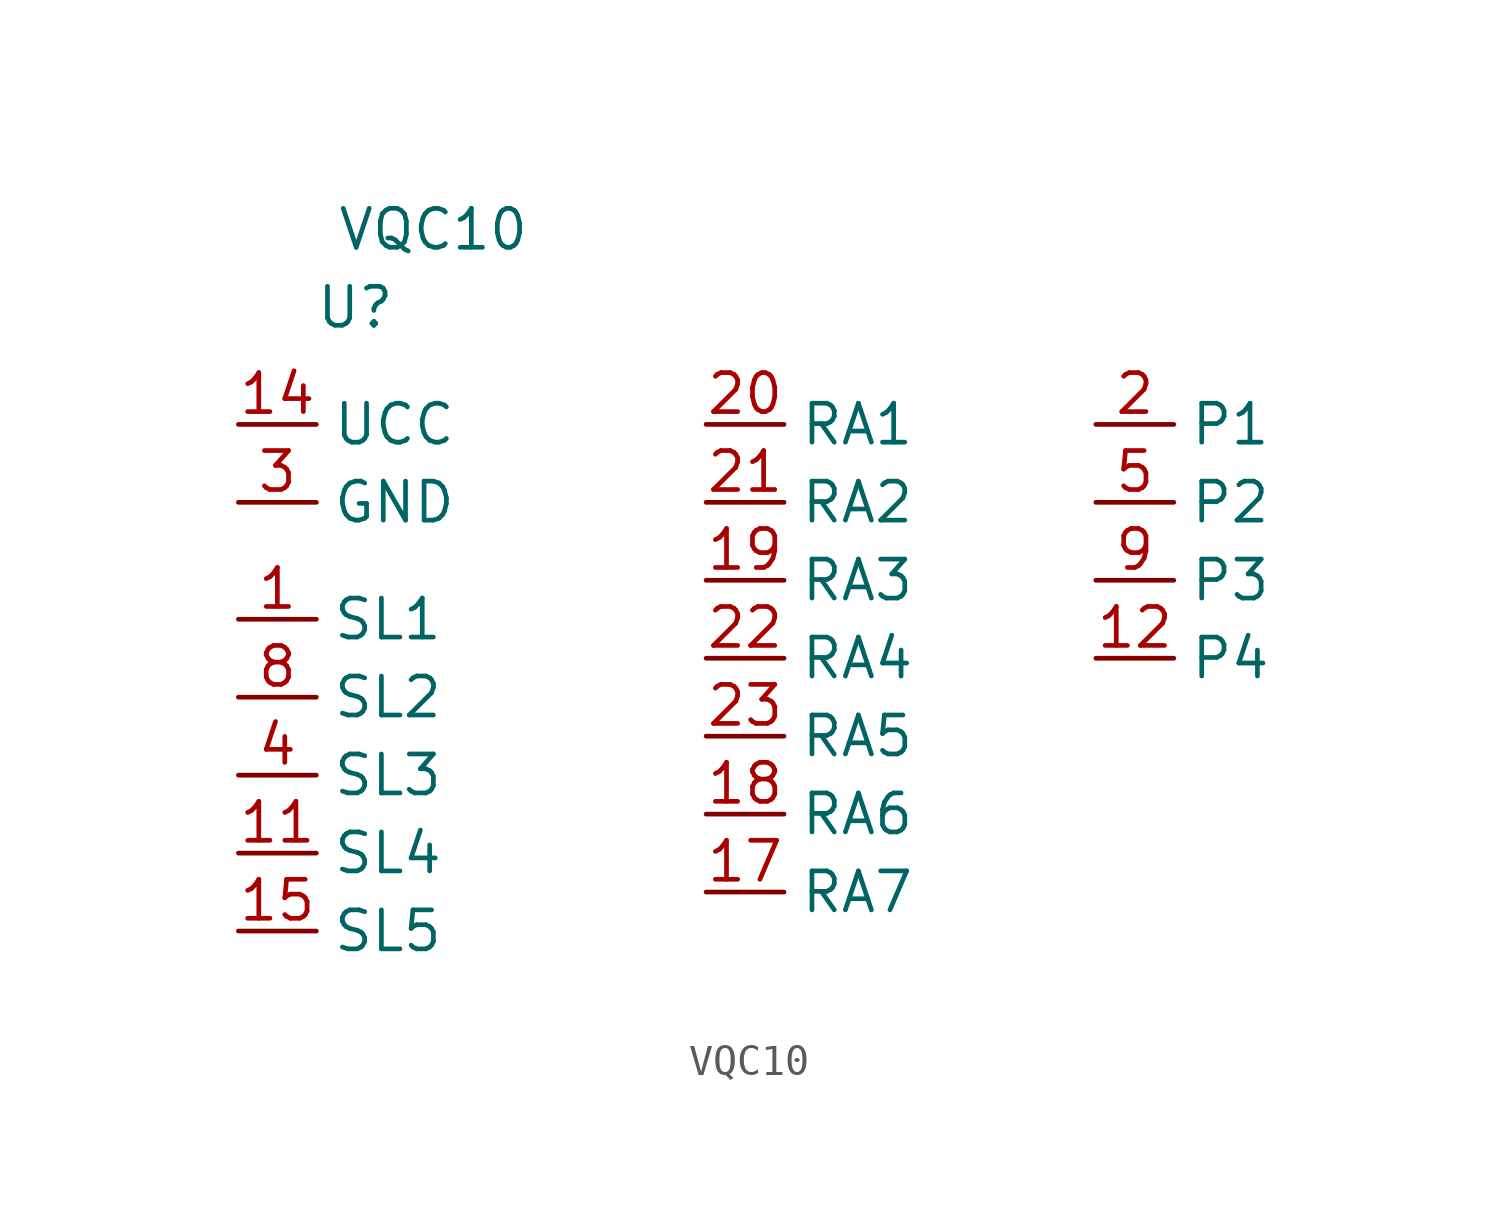
<source format=kicad_sym>
(kicad_symbol_lib
  (version 20211014)
  (generator kicad_symbol_editor)
  (symbol "VQC10"
    (property "Reference" "U"
      (at -2.54 1.27 0)
      (effects (font (size 1.27 1.27))))
    (property "Value" "VQC10"
      (at 0 3.81 0)
      (effects (font (size 1.27 1.27))))
    (symbol "VQC10_1_1"
      (pin passive line (at -6.35 -8.89 0) (length 2.54) (name "SL1" (effects (font (size 1.27 1.27)))) (number "1" (effects (font (size 1.27 1.27)))))
      (pin power_in line (at -6.35 -5.08 0) (length 2.54) hide (name "GND" (effects (font (size 1.27 1.27)))) (number "10" (effects (font (size 1.27 1.27)))))
      (pin passive line (at -6.35 -16.51 0) (length 2.54) (name "SL4" (effects (font (size 1.27 1.27)))) (number "11" (effects (font (size 1.27 1.27)))))
      (pin passive line (at 21.59 -10.16 0) (length 2.54) (name "P4" (effects (font (size 1.27 1.27)))) (number "12" (effects (font (size 1.27 1.27)))))
      (pin power_in line (at -6.35 -5.08 0) (length 2.54) hide (name "GND" (effects (font (size 1.27 1.27)))) (number "13" (effects (font (size 1.27 1.27)))))
      (pin power_in line (at -6.35 -2.54 0) (length 2.54) (name "UCC" (effects (font (size 1.27 1.27)))) (number "14" (effects (font (size 1.27 1.27)))))
      (pin passive line (at -6.35 -19.05 0) (length 2.54) (name "SL5" (effects (font (size 1.27 1.27)))) (number "15" (effects (font (size 1.27 1.27)))))
      (pin power_in line (at -6.35 -5.08 0) (length 2.54) hide (name "GND" (effects (font (size 1.27 1.27)))) (number "16" (effects (font (size 1.27 1.27)))))
      (pin passive line (at 8.89 -17.78 0) (length 2.54) (name "RA7" (effects (font (size 1.27 1.27)))) (number "17" (effects (font (size 1.27 1.27)))))
      (pin passive line (at 8.89 -15.24 0) (length 2.54) (name "RA6" (effects (font (size 1.27 1.27)))) (number "18" (effects (font (size 1.27 1.27)))))
      (pin passive line (at 8.89 -7.62 0) (length 2.54) (name "RA3" (effects (font (size 1.27 1.27)))) (number "19" (effects (font (size 1.27 1.27)))))
      (pin passive line (at 21.59 -2.54 0) (length 2.54) (name "P1" (effects (font (size 1.27 1.27)))) (number "2" (effects (font (size 1.27 1.27)))))
      (pin passive line (at 8.89 -2.54 0) (length 2.54) (name "RA1" (effects (font (size 1.27 1.27)))) (number "20" (effects (font (size 1.27 1.27)))))
      (pin passive line (at 8.89 -5.08 0) (length 2.54) (name "RA2" (effects (font (size 1.27 1.27)))) (number "21" (effects (font (size 1.27 1.27)))))
      (pin passive line (at 8.89 -10.16 0) (length 2.54) (name "RA4" (effects (font (size 1.27 1.27)))) (number "22" (effects (font (size 1.27 1.27)))))
      (pin passive line (at 8.89 -12.7 0) (length 2.54) (name "RA5" (effects (font (size 1.27 1.27)))) (number "23" (effects (font (size 1.27 1.27)))))
      (pin power_in line (at -6.35 -5.08 0) (length 2.54) hide (name "GND" (effects (font (size 1.27 1.27)))) (number "24" (effects (font (size 1.27 1.27)))))
      (pin power_in line (at -6.35 -5.08 0) (length 2.54) (name "GND" (effects (font (size 1.27 1.27)))) (number "3" (effects (font (size 1.27 1.27)))))
      (pin passive line (at -6.35 -13.97 0) (length 2.54) (name "SL3" (effects (font (size 1.27 1.27)))) (number "4" (effects (font (size 1.27 1.27)))))
      (pin passive line (at 21.59 -5.08 0) (length 2.54) (name "P2" (effects (font (size 1.27 1.27)))) (number "5" (effects (font (size 1.27 1.27)))))
      (pin power_in line (at -6.35 -5.08 0) (length 2.54) hide (name "GND" (effects (font (size 1.27 1.27)))) (number "6" (effects (font (size 1.27 1.27)))))
      (pin passive line (at -6.35 -11.43 0) (length 2.54) (name "SL2" (effects (font (size 1.27 1.27)))) (number "8" (effects (font (size 1.27 1.27)))))
      (pin passive line (at 21.59 -7.62 0) (length 2.54) (name "P3" (effects (font (size 1.27 1.27)))) (number "9" (effects (font (size 1.27 1.27))))))))
</source>
